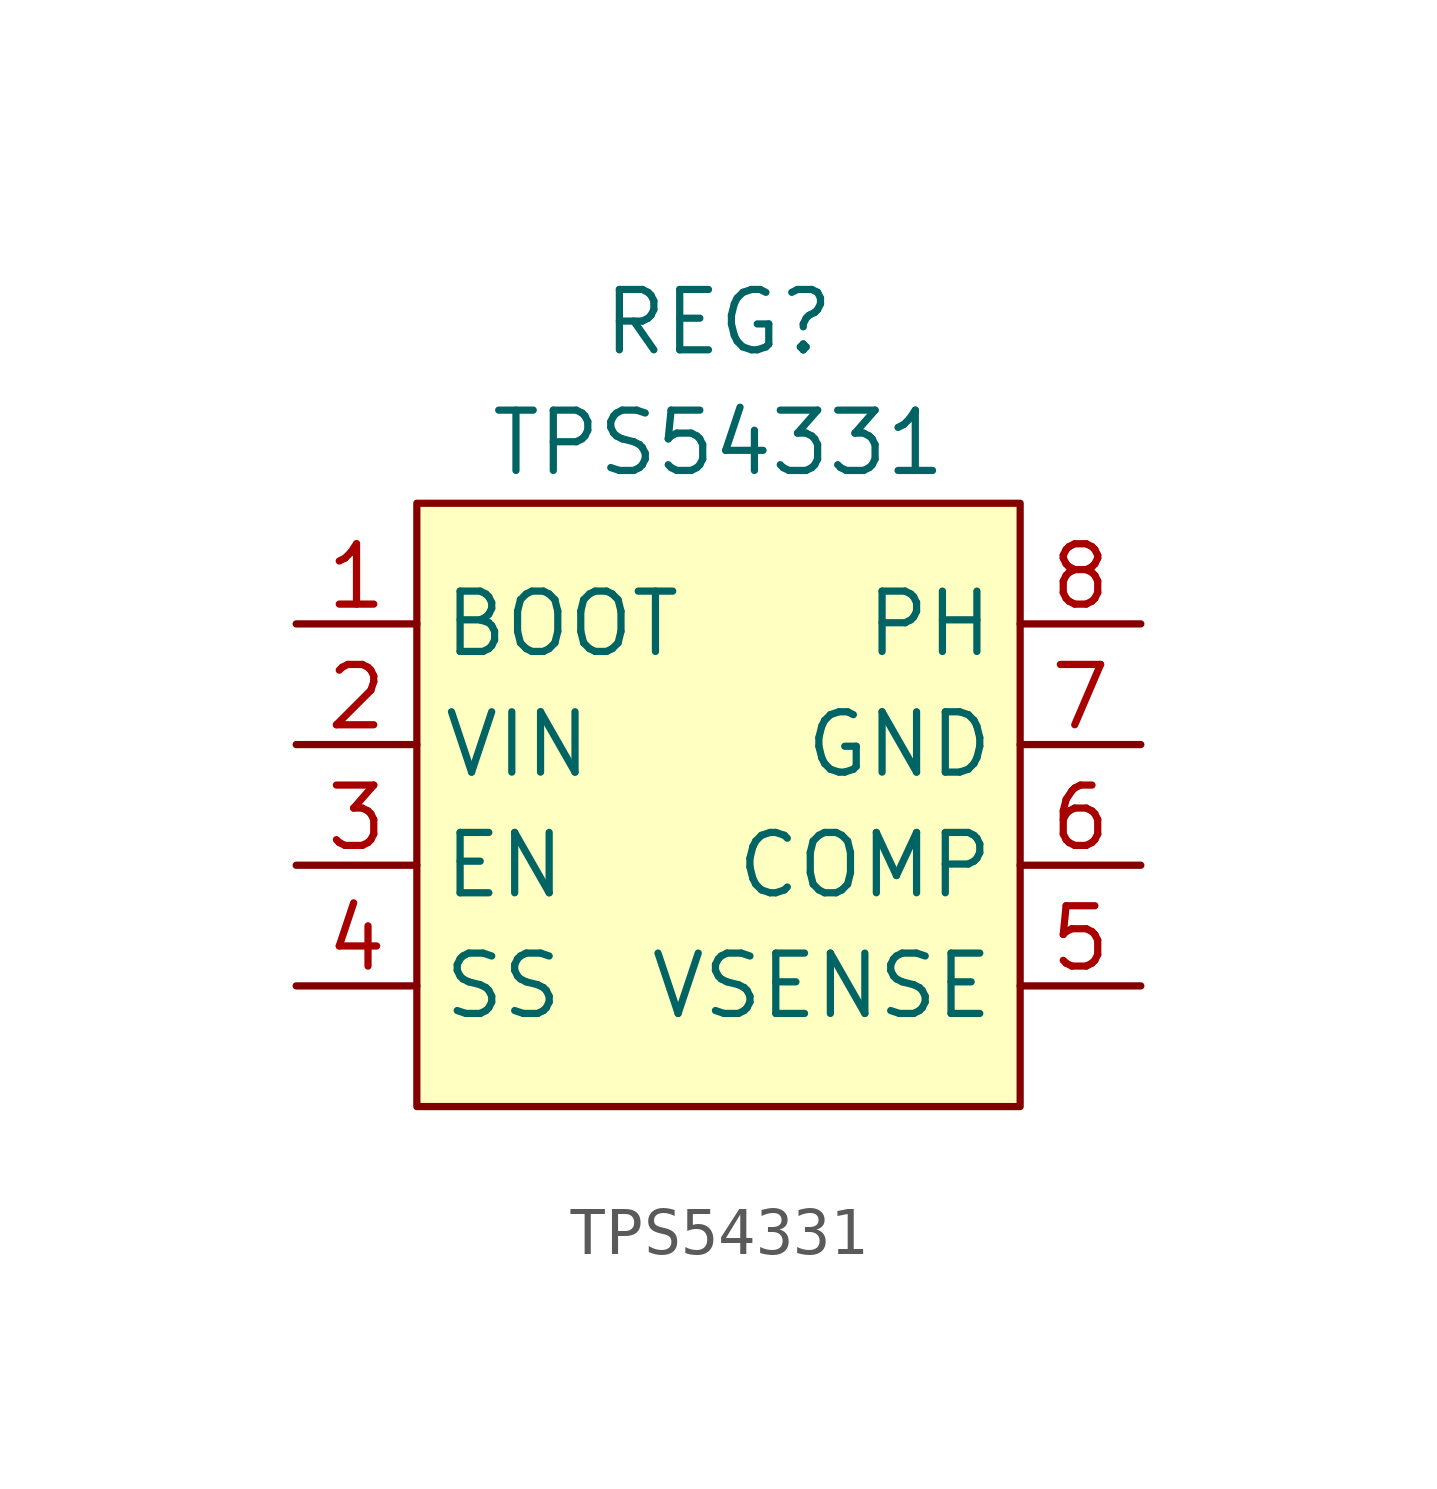
<source format=kicad_sym>
(kicad_symbol_lib
  (version 20211014)
  (generator kicad_symbol_editor)
  (symbol "TPS54331"
    (property "Reference" "REG"
      (at 0 12.7 0)
      (effects (font (size 1.27 1.27))))
    (property "Value" "TPS54331"
      (at 0 10.16 0)
      (effects (font (size 1.27 1.27))))
    (symbol "TPS54331_0_1"
      (rectangle (start -6.35 8.89) (end 6.35 -3.81) (stroke (width 0.152) (type default) (color 0 0 0 0)) (fill (type background))))
    (symbol "TPS54331_1_1"
      (pin input line (at -8.89 6.35 0) (length 2.54) (name "BOOT" (effects (font (size 1.27 1.27)))) (number "1" (effects (font (size 1.27 1.27)))))
      (pin power_in line (at -8.89 3.81 0) (length 2.54) (name "VIN" (effects (font (size 1.27 1.27)))) (number "2" (effects (font (size 1.27 1.27)))))
      (pin input line (at -8.89 1.27 0) (length 2.54) (name "EN" (effects (font (size 1.27 1.27)))) (number "3" (effects (font (size 1.27 1.27)))))
      (pin input line (at -8.89 -1.27 0) (length 2.54) (name "SS" (effects (font (size 1.27 1.27)))) (number "4" (effects (font (size 1.27 1.27)))))
      (pin input line (at 8.89 -1.27 180) (length 2.54) (name "VSENSE" (effects (font (size 1.27 1.27)))) (number "5" (effects (font (size 1.27 1.27)))))
      (pin input line (at 8.89 1.27 180) (length 2.54) (name "COMP" (effects (font (size 1.27 1.27)))) (number "6" (effects (font (size 1.27 1.27)))))
      (pin power_in line (at 8.89 3.81 180) (length 2.54) (name "GND" (effects (font (size 1.27 1.27)))) (number "7" (effects (font (size 1.27 1.27)))))
      (pin power_out line (at 8.89 6.35 180) (length 2.54) (name "PH" (effects (font (size 1.27 1.27)))) (number "8" (effects (font (size 1.27 1.27))))))))
</source>
